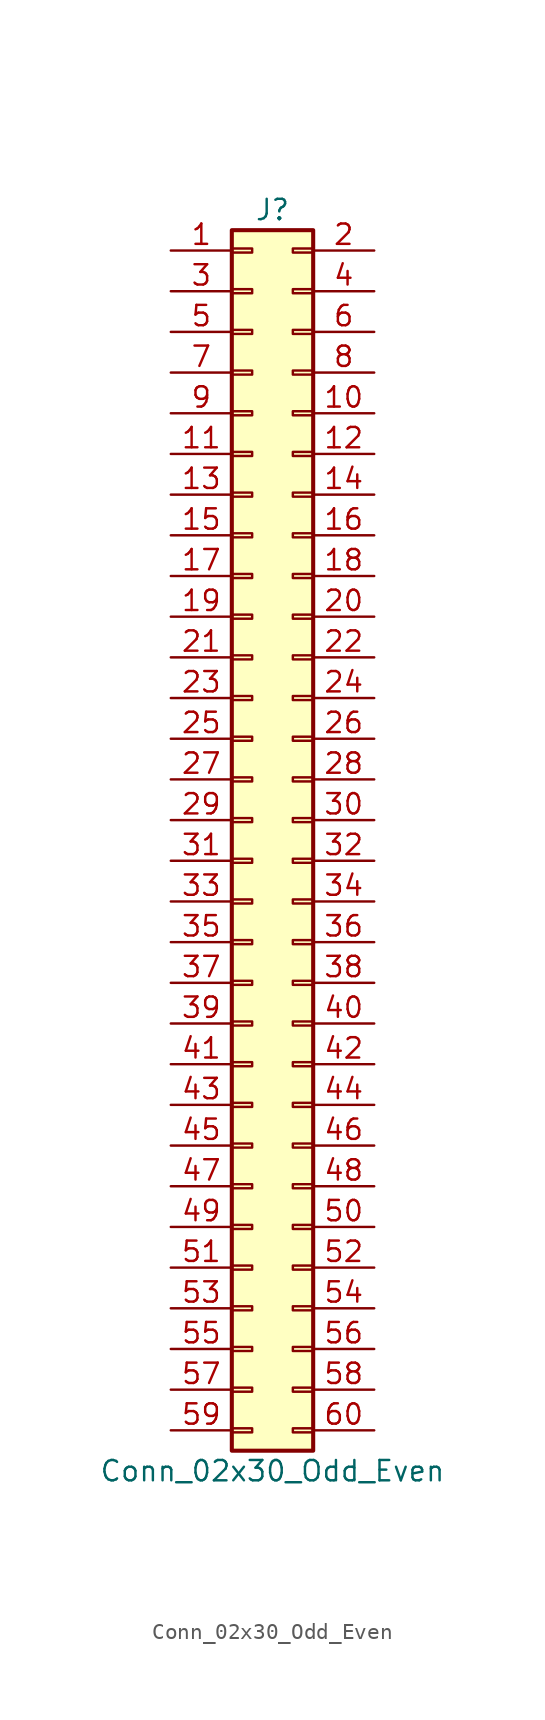
<source format=kicad_sym>
(kicad_symbol_lib
  (version 20220914)
  (generator kicad_symbol_editor)
  (symbol "Conn_02x30_Odd_Even"
    (pin_names
      (offset 1.016) hide)
    (property "Reference" "J"
      (at 1.27 38.1 0)
      (effects (font (size 1.27 1.27))))
    (property "Value" "Conn_02x30_Odd_Even"
      (at 1.27 -40.64 0)
      (effects (font (size 1.27 1.27))))
    (symbol "Conn_02x30_Odd_Even_1_1"
      (rectangle (start -1.27 -37.973) (end 0 -38.227) (stroke (width 0.152) (type default)) (fill (type none)))
      (rectangle (start -1.27 -35.433) (end 0 -35.687) (stroke (width 0.152) (type default)) (fill (type none)))
      (rectangle (start -1.27 -32.893) (end 0 -33.147) (stroke (width 0.152) (type default)) (fill (type none)))
      (rectangle (start -1.27 -30.353) (end 0 -30.607) (stroke (width 0.152) (type default)) (fill (type none)))
      (rectangle (start -1.27 -27.813) (end 0 -28.067) (stroke (width 0.152) (type default)) (fill (type none)))
      (rectangle (start -1.27 -25.273) (end 0 -25.527) (stroke (width 0.152) (type default)) (fill (type none)))
      (rectangle (start -1.27 -22.733) (end 0 -22.987) (stroke (width 0.152) (type default)) (fill (type none)))
      (rectangle (start -1.27 -20.193) (end 0 -20.447) (stroke (width 0.152) (type default)) (fill (type none)))
      (rectangle (start -1.27 -17.653) (end 0 -17.907) (stroke (width 0.152) (type default)) (fill (type none)))
      (rectangle (start -1.27 -15.113) (end 0 -15.367) (stroke (width 0.152) (type default)) (fill (type none)))
      (rectangle (start -1.27 -12.573) (end 0 -12.827) (stroke (width 0.152) (type default)) (fill (type none)))
      (rectangle (start -1.27 -10.033) (end 0 -10.287) (stroke (width 0.152) (type default)) (fill (type none)))
      (rectangle (start -1.27 -7.493) (end 0 -7.747) (stroke (width 0.152) (type default)) (fill (type none)))
      (rectangle (start -1.27 -4.953) (end 0 -5.207) (stroke (width 0.152) (type default)) (fill (type none)))
      (rectangle (start -1.27 -2.413) (end 0 -2.667) (stroke (width 0.152) (type default)) (fill (type none)))
      (rectangle (start -1.27 0.127) (end 0 -0.127) (stroke (width 0.152) (type default)) (fill (type none)))
      (rectangle (start -1.27 2.667) (end 0 2.413) (stroke (width 0.152) (type default)) (fill (type none)))
      (rectangle (start -1.27 5.207) (end 0 4.953) (stroke (width 0.152) (type default)) (fill (type none)))
      (rectangle (start -1.27 7.747) (end 0 7.493) (stroke (width 0.152) (type default)) (fill (type none)))
      (rectangle (start -1.27 10.287) (end 0 10.033) (stroke (width 0.152) (type default)) (fill (type none)))
      (rectangle (start -1.27 12.827) (end 0 12.573) (stroke (width 0.152) (type default)) (fill (type none)))
      (rectangle (start -1.27 15.367) (end 0 15.113) (stroke (width 0.152) (type default)) (fill (type none)))
      (rectangle (start -1.27 17.907) (end 0 17.653) (stroke (width 0.152) (type default)) (fill (type none)))
      (rectangle (start -1.27 20.447) (end 0 20.193) (stroke (width 0.152) (type default)) (fill (type none)))
      (rectangle (start -1.27 22.987) (end 0 22.733) (stroke (width 0.152) (type default)) (fill (type none)))
      (rectangle (start -1.27 25.527) (end 0 25.273) (stroke (width 0.152) (type default)) (fill (type none)))
      (rectangle (start -1.27 28.067) (end 0 27.813) (stroke (width 0.152) (type default)) (fill (type none)))
      (rectangle (start -1.27 30.607) (end 0 30.353) (stroke (width 0.152) (type default)) (fill (type none)))
      (rectangle (start -1.27 33.147) (end 0 32.893) (stroke (width 0.152) (type default)) (fill (type none)))
      (rectangle (start -1.27 35.687) (end 0 35.433) (stroke (width 0.152) (type default)) (fill (type none)))
      (rectangle (start -1.27 36.83) (end 3.81 -39.37) (stroke (width 0.254) (type default)) (fill (type background)))
      (rectangle (start 3.81 -37.973) (end 2.54 -38.227) (stroke (width 0.152) (type default)) (fill (type none)))
      (rectangle (start 3.81 -35.433) (end 2.54 -35.687) (stroke (width 0.152) (type default)) (fill (type none)))
      (rectangle (start 3.81 -32.893) (end 2.54 -33.147) (stroke (width 0.152) (type default)) (fill (type none)))
      (rectangle (start 3.81 -30.353) (end 2.54 -30.607) (stroke (width 0.152) (type default)) (fill (type none)))
      (rectangle (start 3.81 -27.813) (end 2.54 -28.067) (stroke (width 0.152) (type default)) (fill (type none)))
      (rectangle (start 3.81 -25.273) (end 2.54 -25.527) (stroke (width 0.152) (type default)) (fill (type none)))
      (rectangle (start 3.81 -22.733) (end 2.54 -22.987) (stroke (width 0.152) (type default)) (fill (type none)))
      (rectangle (start 3.81 -20.193) (end 2.54 -20.447) (stroke (width 0.152) (type default)) (fill (type none)))
      (rectangle (start 3.81 -17.653) (end 2.54 -17.907) (stroke (width 0.152) (type default)) (fill (type none)))
      (rectangle (start 3.81 -15.113) (end 2.54 -15.367) (stroke (width 0.152) (type default)) (fill (type none)))
      (rectangle (start 3.81 -12.573) (end 2.54 -12.827) (stroke (width 0.152) (type default)) (fill (type none)))
      (rectangle (start 3.81 -10.033) (end 2.54 -10.287) (stroke (width 0.152) (type default)) (fill (type none)))
      (rectangle (start 3.81 -7.493) (end 2.54 -7.747) (stroke (width 0.152) (type default)) (fill (type none)))
      (rectangle (start 3.81 -4.953) (end 2.54 -5.207) (stroke (width 0.152) (type default)) (fill (type none)))
      (rectangle (start 3.81 -2.413) (end 2.54 -2.667) (stroke (width 0.152) (type default)) (fill (type none)))
      (rectangle (start 3.81 0.127) (end 2.54 -0.127) (stroke (width 0.152) (type default)) (fill (type none)))
      (rectangle (start 3.81 2.667) (end 2.54 2.413) (stroke (width 0.152) (type default)) (fill (type none)))
      (rectangle (start 3.81 5.207) (end 2.54 4.953) (stroke (width 0.152) (type default)) (fill (type none)))
      (rectangle (start 3.81 7.747) (end 2.54 7.493) (stroke (width 0.152) (type default)) (fill (type none)))
      (rectangle (start 3.81 10.287) (end 2.54 10.033) (stroke (width 0.152) (type default)) (fill (type none)))
      (rectangle (start 3.81 12.827) (end 2.54 12.573) (stroke (width 0.152) (type default)) (fill (type none)))
      (rectangle (start 3.81 15.367) (end 2.54 15.113) (stroke (width 0.152) (type default)) (fill (type none)))
      (rectangle (start 3.81 17.907) (end 2.54 17.653) (stroke (width 0.152) (type default)) (fill (type none)))
      (rectangle (start 3.81 20.447) (end 2.54 20.193) (stroke (width 0.152) (type default)) (fill (type none)))
      (rectangle (start 3.81 22.987) (end 2.54 22.733) (stroke (width 0.152) (type default)) (fill (type none)))
      (rectangle (start 3.81 25.527) (end 2.54 25.273) (stroke (width 0.152) (type default)) (fill (type none)))
      (rectangle (start 3.81 28.067) (end 2.54 27.813) (stroke (width 0.152) (type default)) (fill (type none)))
      (rectangle (start 3.81 30.607) (end 2.54 30.353) (stroke (width 0.152) (type default)) (fill (type none)))
      (rectangle (start 3.81 33.147) (end 2.54 32.893) (stroke (width 0.152) (type default)) (fill (type none)))
      (rectangle (start 3.81 35.687) (end 2.54 35.433) (stroke (width 0.152) (type default)) (fill (type none)))
      (pin passive line (at -5.08 35.56 0) (length 3.81) (name "Pin_1" (effects (font (size 1.27 1.27)))) (number "1" (effects (font (size 1.27 1.27)))))
      (pin passive line (at 7.62 25.4 180) (length 3.81) (name "Pin_10" (effects (font (size 1.27 1.27)))) (number "10" (effects (font (size 1.27 1.27)))))
      (pin passive line (at -5.08 22.86 0) (length 3.81) (name "Pin_11" (effects (font (size 1.27 1.27)))) (number "11" (effects (font (size 1.27 1.27)))))
      (pin passive line (at 7.62 22.86 180) (length 3.81) (name "Pin_12" (effects (font (size 1.27 1.27)))) (number "12" (effects (font (size 1.27 1.27)))))
      (pin passive line (at -5.08 20.32 0) (length 3.81) (name "Pin_13" (effects (font (size 1.27 1.27)))) (number "13" (effects (font (size 1.27 1.27)))))
      (pin passive line (at 7.62 20.32 180) (length 3.81) (name "Pin_14" (effects (font (size 1.27 1.27)))) (number "14" (effects (font (size 1.27 1.27)))))
      (pin passive line (at -5.08 17.78 0) (length 3.81) (name "Pin_15" (effects (font (size 1.27 1.27)))) (number "15" (effects (font (size 1.27 1.27)))))
      (pin passive line (at 7.62 17.78 180) (length 3.81) (name "Pin_16" (effects (font (size 1.27 1.27)))) (number "16" (effects (font (size 1.27 1.27)))))
      (pin passive line (at -5.08 15.24 0) (length 3.81) (name "Pin_17" (effects (font (size 1.27 1.27)))) (number "17" (effects (font (size 1.27 1.27)))))
      (pin passive line (at 7.62 15.24 180) (length 3.81) (name "Pin_18" (effects (font (size 1.27 1.27)))) (number "18" (effects (font (size 1.27 1.27)))))
      (pin passive line (at -5.08 12.7 0) (length 3.81) (name "Pin_19" (effects (font (size 1.27 1.27)))) (number "19" (effects (font (size 1.27 1.27)))))
      (pin passive line (at 7.62 35.56 180) (length 3.81) (name "Pin_2" (effects (font (size 1.27 1.27)))) (number "2" (effects (font (size 1.27 1.27)))))
      (pin passive line (at 7.62 12.7 180) (length 3.81) (name "Pin_20" (effects (font (size 1.27 1.27)))) (number "20" (effects (font (size 1.27 1.27)))))
      (pin passive line (at -5.08 10.16 0) (length 3.81) (name "Pin_21" (effects (font (size 1.27 1.27)))) (number "21" (effects (font (size 1.27 1.27)))))
      (pin passive line (at 7.62 10.16 180) (length 3.81) (name "Pin_22" (effects (font (size 1.27 1.27)))) (number "22" (effects (font (size 1.27 1.27)))))
      (pin passive line (at -5.08 7.62 0) (length 3.81) (name "Pin_23" (effects (font (size 1.27 1.27)))) (number "23" (effects (font (size 1.27 1.27)))))
      (pin passive line (at 7.62 7.62 180) (length 3.81) (name "Pin_24" (effects (font (size 1.27 1.27)))) (number "24" (effects (font (size 1.27 1.27)))))
      (pin passive line (at -5.08 5.08 0) (length 3.81) (name "Pin_25" (effects (font (size 1.27 1.27)))) (number "25" (effects (font (size 1.27 1.27)))))
      (pin passive line (at 7.62 5.08 180) (length 3.81) (name "Pin_26" (effects (font (size 1.27 1.27)))) (number "26" (effects (font (size 1.27 1.27)))))
      (pin passive line (at -5.08 2.54 0) (length 3.81) (name "Pin_27" (effects (font (size 1.27 1.27)))) (number "27" (effects (font (size 1.27 1.27)))))
      (pin passive line (at 7.62 2.54 180) (length 3.81) (name "Pin_28" (effects (font (size 1.27 1.27)))) (number "28" (effects (font (size 1.27 1.27)))))
      (pin passive line (at -5.08 0 0) (length 3.81) (name "Pin_29" (effects (font (size 1.27 1.27)))) (number "29" (effects (font (size 1.27 1.27)))))
      (pin passive line (at -5.08 33.02 0) (length 3.81) (name "Pin_3" (effects (font (size 1.27 1.27)))) (number "3" (effects (font (size 1.27 1.27)))))
      (pin passive line (at 7.62 0 180) (length 3.81) (name "Pin_30" (effects (font (size 1.27 1.27)))) (number "30" (effects (font (size 1.27 1.27)))))
      (pin passive line (at -5.08 -2.54 0) (length 3.81) (name "Pin_31" (effects (font (size 1.27 1.27)))) (number "31" (effects (font (size 1.27 1.27)))))
      (pin passive line (at 7.62 -2.54 180) (length 3.81) (name "Pin_32" (effects (font (size 1.27 1.27)))) (number "32" (effects (font (size 1.27 1.27)))))
      (pin passive line (at -5.08 -5.08 0) (length 3.81) (name "Pin_33" (effects (font (size 1.27 1.27)))) (number "33" (effects (font (size 1.27 1.27)))))
      (pin passive line (at 7.62 -5.08 180) (length 3.81) (name "Pin_34" (effects (font (size 1.27 1.27)))) (number "34" (effects (font (size 1.27 1.27)))))
      (pin passive line (at -5.08 -7.62 0) (length 3.81) (name "Pin_35" (effects (font (size 1.27 1.27)))) (number "35" (effects (font (size 1.27 1.27)))))
      (pin passive line (at 7.62 -7.62 180) (length 3.81) (name "Pin_36" (effects (font (size 1.27 1.27)))) (number "36" (effects (font (size 1.27 1.27)))))
      (pin passive line (at -5.08 -10.16 0) (length 3.81) (name "Pin_37" (effects (font (size 1.27 1.27)))) (number "37" (effects (font (size 1.27 1.27)))))
      (pin passive line (at 7.62 -10.16 180) (length 3.81) (name "Pin_38" (effects (font (size 1.27 1.27)))) (number "38" (effects (font (size 1.27 1.27)))))
      (pin passive line (at -5.08 -12.7 0) (length 3.81) (name "Pin_39" (effects (font (size 1.27 1.27)))) (number "39" (effects (font (size 1.27 1.27)))))
      (pin passive line (at 7.62 33.02 180) (length 3.81) (name "Pin_4" (effects (font (size 1.27 1.27)))) (number "4" (effects (font (size 1.27 1.27)))))
      (pin passive line (at 7.62 -12.7 180) (length 3.81) (name "Pin_40" (effects (font (size 1.27 1.27)))) (number "40" (effects (font (size 1.27 1.27)))))
      (pin passive line (at -5.08 -15.24 0) (length 3.81) (name "Pin_41" (effects (font (size 1.27 1.27)))) (number "41" (effects (font (size 1.27 1.27)))))
      (pin passive line (at 7.62 -15.24 180) (length 3.81) (name "Pin_42" (effects (font (size 1.27 1.27)))) (number "42" (effects (font (size 1.27 1.27)))))
      (pin passive line (at -5.08 -17.78 0) (length 3.81) (name "Pin_43" (effects (font (size 1.27 1.27)))) (number "43" (effects (font (size 1.27 1.27)))))
      (pin passive line (at 7.62 -17.78 180) (length 3.81) (name "Pin_44" (effects (font (size 1.27 1.27)))) (number "44" (effects (font (size 1.27 1.27)))))
      (pin passive line (at -5.08 -20.32 0) (length 3.81) (name "Pin_45" (effects (font (size 1.27 1.27)))) (number "45" (effects (font (size 1.27 1.27)))))
      (pin passive line (at 7.62 -20.32 180) (length 3.81) (name "Pin_46" (effects (font (size 1.27 1.27)))) (number "46" (effects (font (size 1.27 1.27)))))
      (pin passive line (at -5.08 -22.86 0) (length 3.81) (name "Pin_47" (effects (font (size 1.27 1.27)))) (number "47" (effects (font (size 1.27 1.27)))))
      (pin passive line (at 7.62 -22.86 180) (length 3.81) (name "Pin_48" (effects (font (size 1.27 1.27)))) (number "48" (effects (font (size 1.27 1.27)))))
      (pin passive line (at -5.08 -25.4 0) (length 3.81) (name "Pin_49" (effects (font (size 1.27 1.27)))) (number "49" (effects (font (size 1.27 1.27)))))
      (pin passive line (at -5.08 30.48 0) (length 3.81) (name "Pin_5" (effects (font (size 1.27 1.27)))) (number "5" (effects (font (size 1.27 1.27)))))
      (pin passive line (at 7.62 -25.4 180) (length 3.81) (name "Pin_50" (effects (font (size 1.27 1.27)))) (number "50" (effects (font (size 1.27 1.27)))))
      (pin passive line (at -5.08 -27.94 0) (length 3.81) (name "Pin_51" (effects (font (size 1.27 1.27)))) (number "51" (effects (font (size 1.27 1.27)))))
      (pin passive line (at 7.62 -27.94 180) (length 3.81) (name "Pin_52" (effects (font (size 1.27 1.27)))) (number "52" (effects (font (size 1.27 1.27)))))
      (pin passive line (at -5.08 -30.48 0) (length 3.81) (name "Pin_53" (effects (font (size 1.27 1.27)))) (number "53" (effects (font (size 1.27 1.27)))))
      (pin passive line (at 7.62 -30.48 180) (length 3.81) (name "Pin_54" (effects (font (size 1.27 1.27)))) (number "54" (effects (font (size 1.27 1.27)))))
      (pin passive line (at -5.08 -33.02 0) (length 3.81) (name "Pin_55" (effects (font (size 1.27 1.27)))) (number "55" (effects (font (size 1.27 1.27)))))
      (pin passive line (at 7.62 -33.02 180) (length 3.81) (name "Pin_56" (effects (font (size 1.27 1.27)))) (number "56" (effects (font (size 1.27 1.27)))))
      (pin passive line (at -5.08 -35.56 0) (length 3.81) (name "Pin_57" (effects (font (size 1.27 1.27)))) (number "57" (effects (font (size 1.27 1.27)))))
      (pin passive line (at 7.62 -35.56 180) (length 3.81) (name "Pin_58" (effects (font (size 1.27 1.27)))) (number "58" (effects (font (size 1.27 1.27)))))
      (pin passive line (at -5.08 -38.1 0) (length 3.81) (name "Pin_59" (effects (font (size 1.27 1.27)))) (number "59" (effects (font (size 1.27 1.27)))))
      (pin passive line (at 7.62 30.48 180) (length 3.81) (name "Pin_6" (effects (font (size 1.27 1.27)))) (number "6" (effects (font (size 1.27 1.27)))))
      (pin passive line (at 7.62 -38.1 180) (length 3.81) (name "Pin_60" (effects (font (size 1.27 1.27)))) (number "60" (effects (font (size 1.27 1.27)))))
      (pin passive line (at -5.08 27.94 0) (length 3.81) (name "Pin_7" (effects (font (size 1.27 1.27)))) (number "7" (effects (font (size 1.27 1.27)))))
      (pin passive line (at 7.62 27.94 180) (length 3.81) (name "Pin_8" (effects (font (size 1.27 1.27)))) (number "8" (effects (font (size 1.27 1.27)))))
      (pin passive line (at -5.08 25.4 0) (length 3.81) (name "Pin_9" (effects (font (size 1.27 1.27)))) (number "9" (effects (font (size 1.27 1.27))))))))
</source>
